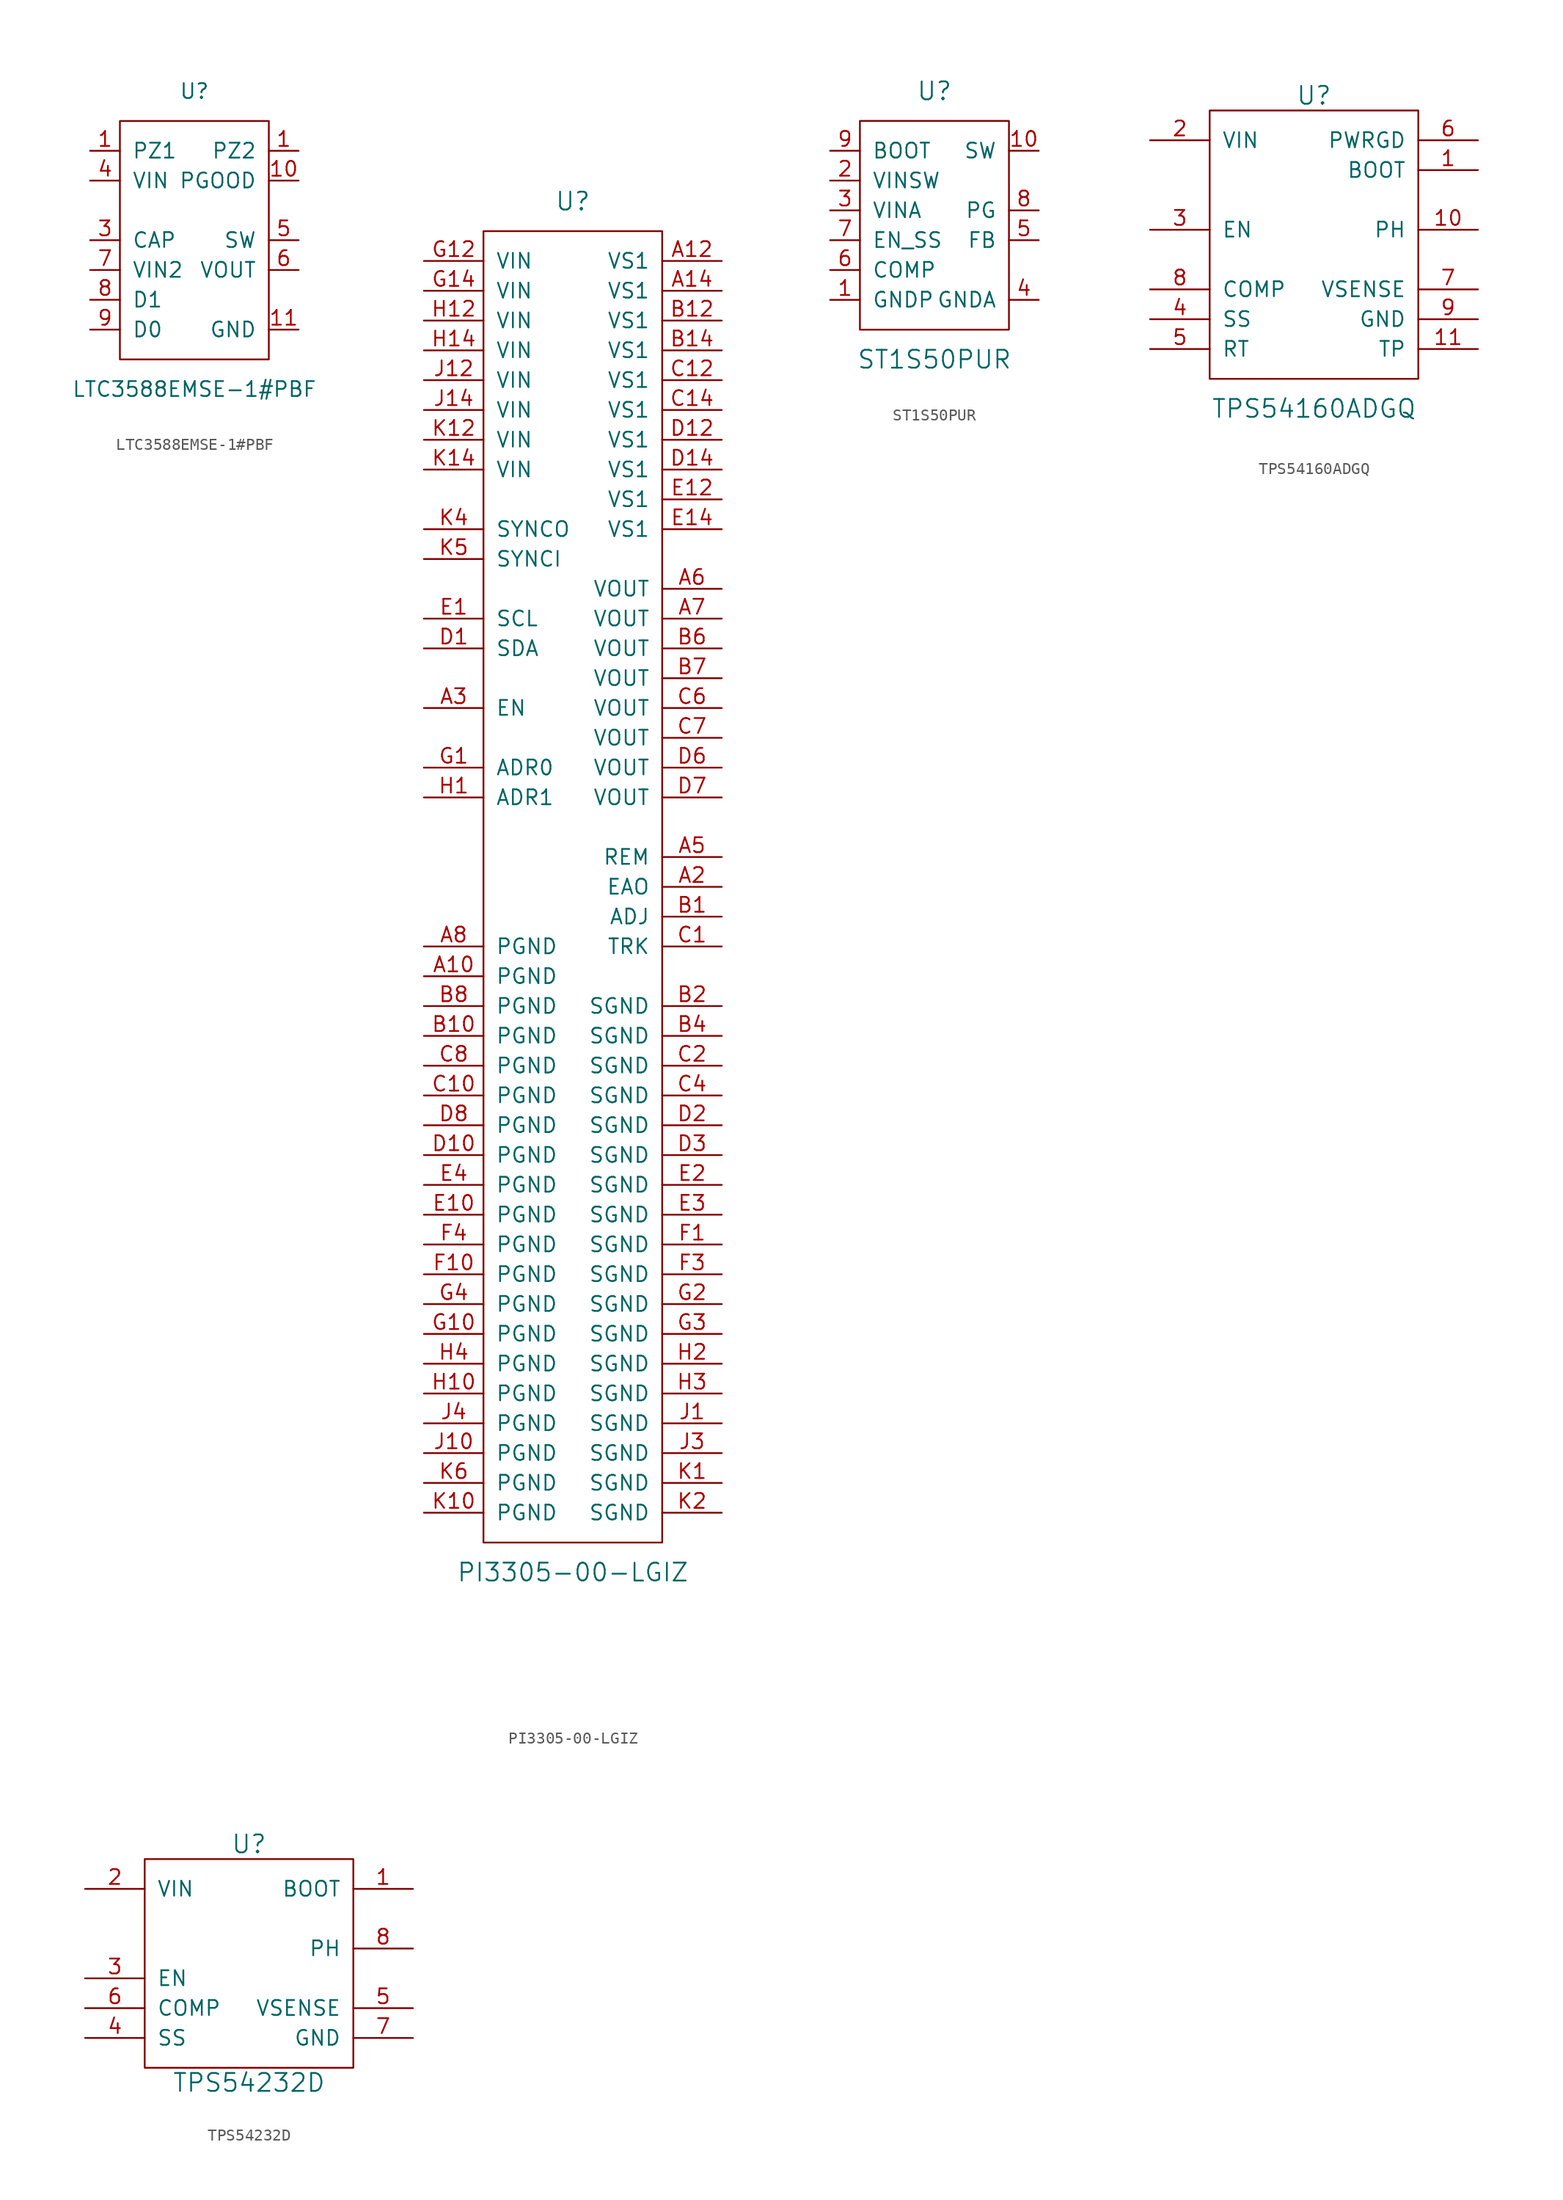
<source format=kicad_sym>
(kicad_symbol_lib
  (version 20201005)
  (generator kicad_symbol_editor)
  (symbol "LTC3588EMSE-1#PBF"
    (pin_names
      (offset 1.016))
    (property "Reference" "U"
      (at 0 12.7 0)
      (effects (font (size 1.27 1.27))))
    (property "Value" "LTC3588EMSE-1#PBF"
      (at 0 -12.7 0)
      (effects (font (size 1.27 1.27))))
    (symbol "LTC3588EMSE-1#PBF_0_1"
      (rectangle (start -6.35 10.16) (end 6.35 -10.16) (stroke (width 0)) (fill (type none))))
    (symbol "LTC3588EMSE-1#PBF_1_1"
      (pin power_in line (at -8.89 7.62 0) (length 2.54) (name "PZ1" (effects (font (size 1.27 1.27)))) (number "1" (effects (font (size 1.27 1.27)))))
      (pin power_in line (at 8.89 7.62 180) (length 2.54) (name "PZ2" (effects (font (size 1.27 1.27)))) (number "1" (effects (font (size 1.27 1.27)))))
      (pin input line (at 8.89 5.08 180) (length 2.54) (name "PGOOD" (effects (font (size 1.27 1.27)))) (number "10" (effects (font (size 1.27 1.27)))))
      (pin power_in line (at 8.89 -7.62 180) (length 2.54) (name "GND" (effects (font (size 1.27 1.27)))) (number "11" (effects (font (size 1.27 1.27)))))
      (pin input line (at -8.89 0 0) (length 2.54) (name "CAP" (effects (font (size 1.27 1.27)))) (number "3" (effects (font (size 1.27 1.27)))))
      (pin power_in line (at -8.89 5.08 0) (length 2.54) (name "VIN" (effects (font (size 1.27 1.27)))) (number "4" (effects (font (size 1.27 1.27)))))
      (pin power_out line (at 8.89 0 180) (length 2.54) (name "SW" (effects (font (size 1.27 1.27)))) (number "5" (effects (font (size 1.27 1.27)))))
      (pin input line (at 8.89 -2.54 180) (length 2.54) (name "VOUT" (effects (font (size 1.27 1.27)))) (number "6" (effects (font (size 1.27 1.27)))))
      (pin output line (at -8.89 -2.54 0) (length 2.54) (name "VIN2" (effects (font (size 1.27 1.27)))) (number "7" (effects (font (size 1.27 1.27)))))
      (pin input line (at -8.89 -5.08 0) (length 2.54) (name "D1" (effects (font (size 1.27 1.27)))) (number "8" (effects (font (size 1.27 1.27)))))
      (pin input line (at -8.89 -7.62 0) (length 2.54) (name "D0" (effects (font (size 1.27 1.27)))) (number "9" (effects (font (size 1.27 1.27)))))))
  (symbol "PI3305-00-LGIZ"
    (pin_names
      (offset 1.016))
    (property "Reference" "U"
      (at 0 58.42 0)
      (effects (font (size 1.524 1.524))))
    (property "Value" "PI3305-00-LGIZ"
      (at 0 -58.42 0)
      (effects (font (size 1.524 1.524))))
    (symbol "PI3305-00-LGIZ_0_1"
      (rectangle (start -7.62 55.88) (end 7.62 -55.88) (stroke (width 0)) (fill (type none))))
    (symbol "PI3305-00-LGIZ_1_1"
      (pin power_in line (at -12.7 -7.62 0) (length 5.08) (name "PGND" (effects (font (size 1.27 1.27)))) (number "A10" (effects (font (size 1.27 1.27)))))
      (pin power_out line (at 12.7 53.34 180) (length 5.08) (name "VS1" (effects (font (size 1.27 1.27)))) (number "A12" (effects (font (size 1.27 1.27)))))
      (pin power_out line (at 12.7 50.8 180) (length 5.08) (name "VS1" (effects (font (size 1.27 1.27)))) (number "A14" (effects (font (size 1.27 1.27)))))
      (pin output line (at 12.7 0 180) (length 5.08) (name "EAO" (effects (font (size 1.27 1.27)))) (number "A2" (effects (font (size 1.27 1.27)))))
      (pin input line (at -12.7 15.24 0) (length 5.08) (name "EN" (effects (font (size 1.27 1.27)))) (number "A3" (effects (font (size 1.27 1.27)))))
      (pin unconnected line (at -12.7 2.54 0) (length 5.08) hide (name "NC" (effects (font (size 1.27 1.27)))) (number "A4" (effects (font (size 1.27 1.27)))))
      (pin input line (at 12.7 2.54 180) (length 5.08) (name "REM" (effects (font (size 1.27 1.27)))) (number "A5" (effects (font (size 1.27 1.27)))))
      (pin power_out line (at 12.7 25.4 180) (length 5.08) (name "VOUT" (effects (font (size 1.27 1.27)))) (number "A6" (effects (font (size 1.27 1.27)))))
      (pin power_out line (at 12.7 22.86 180) (length 5.08) (name "VOUT" (effects (font (size 1.27 1.27)))) (number "A7" (effects (font (size 1.27 1.27)))))
      (pin power_in line (at -12.7 -5.08 0) (length 5.08) (name "PGND" (effects (font (size 1.27 1.27)))) (number "A8" (effects (font (size 1.27 1.27)))))
      (pin input line (at 12.7 -2.54 180) (length 5.08) (name "ADJ" (effects (font (size 1.27 1.27)))) (number "B1" (effects (font (size 1.27 1.27)))))
      (pin power_out line (at -12.7 -12.7 0) (length 5.08) (name "PGND" (effects (font (size 1.27 1.27)))) (number "B10" (effects (font (size 1.27 1.27)))))
      (pin power_out line (at 12.7 48.26 180) (length 5.08) (name "VS1" (effects (font (size 1.27 1.27)))) (number "B12" (effects (font (size 1.27 1.27)))))
      (pin power_out line (at 12.7 45.72 180) (length 5.08) (name "VS1" (effects (font (size 1.27 1.27)))) (number "B14" (effects (font (size 1.27 1.27)))))
      (pin power_in line (at 12.7 -10.16 180) (length 5.08) (name "SGND" (effects (font (size 1.27 1.27)))) (number "B2" (effects (font (size 1.27 1.27)))))
      (pin power_in line (at 12.7 -12.7 180) (length 5.08) (name "SGND" (effects (font (size 1.27 1.27)))) (number "B4" (effects (font (size 1.27 1.27)))))
      (pin power_out line (at 12.7 20.32 180) (length 5.08) (name "VOUT" (effects (font (size 1.27 1.27)))) (number "B6" (effects (font (size 1.27 1.27)))))
      (pin power_out line (at 12.7 17.78 180) (length 5.08) (name "VOUT" (effects (font (size 1.27 1.27)))) (number "B7" (effects (font (size 1.27 1.27)))))
      (pin power_in line (at -12.7 -10.16 0) (length 5.08) (name "PGND" (effects (font (size 1.27 1.27)))) (number "B8" (effects (font (size 1.27 1.27)))))
      (pin input line (at 12.7 -5.08 180) (length 5.08) (name "TRK" (effects (font (size 1.27 1.27)))) (number "C1" (effects (font (size 1.27 1.27)))))
      (pin power_out line (at -12.7 -17.78 0) (length 5.08) (name "PGND" (effects (font (size 1.27 1.27)))) (number "C10" (effects (font (size 1.27 1.27)))))
      (pin power_out line (at 12.7 43.18 180) (length 5.08) (name "VS1" (effects (font (size 1.27 1.27)))) (number "C12" (effects (font (size 1.27 1.27)))))
      (pin power_out line (at 12.7 40.64 180) (length 5.08) (name "VS1" (effects (font (size 1.27 1.27)))) (number "C14" (effects (font (size 1.27 1.27)))))
      (pin power_in line (at 12.7 -15.24 180) (length 5.08) (name "SGND" (effects (font (size 1.27 1.27)))) (number "C2" (effects (font (size 1.27 1.27)))))
      (pin power_in line (at 12.7 -17.78 180) (length 5.08) (name "SGND" (effects (font (size 1.27 1.27)))) (number "C4" (effects (font (size 1.27 1.27)))))
      (pin power_out line (at 12.7 15.24 180) (length 5.08) (name "VOUT" (effects (font (size 1.27 1.27)))) (number "C6" (effects (font (size 1.27 1.27)))))
      (pin power_out line (at 12.7 12.7 180) (length 5.08) (name "VOUT" (effects (font (size 1.27 1.27)))) (number "C7" (effects (font (size 1.27 1.27)))))
      (pin power_in line (at -12.7 -15.24 0) (length 5.08) (name "PGND" (effects (font (size 1.27 1.27)))) (number "C8" (effects (font (size 1.27 1.27)))))
      (pin bidirectional line (at -12.7 20.32 0) (length 5.08) (name "SDA" (effects (font (size 1.27 1.27)))) (number "D1" (effects (font (size 1.27 1.27)))))
      (pin power_in line (at -12.7 -22.86 0) (length 5.08) (name "PGND" (effects (font (size 1.27 1.27)))) (number "D10" (effects (font (size 1.27 1.27)))))
      (pin power_out line (at 12.7 38.1 180) (length 5.08) (name "VS1" (effects (font (size 1.27 1.27)))) (number "D12" (effects (font (size 1.27 1.27)))))
      (pin power_out line (at 12.7 35.56 180) (length 5.08) (name "VS1" (effects (font (size 1.27 1.27)))) (number "D14" (effects (font (size 1.27 1.27)))))
      (pin power_in line (at 12.7 -20.32 180) (length 5.08) (name "SGND" (effects (font (size 1.27 1.27)))) (number "D2" (effects (font (size 1.27 1.27)))))
      (pin power_in line (at 12.7 -22.86 180) (length 5.08) (name "SGND" (effects (font (size 1.27 1.27)))) (number "D3" (effects (font (size 1.27 1.27)))))
      (pin power_out line (at 12.7 10.16 180) (length 5.08) (name "VOUT" (effects (font (size 1.27 1.27)))) (number "D6" (effects (font (size 1.27 1.27)))))
      (pin power_out line (at 12.7 7.62 180) (length 5.08) (name "VOUT" (effects (font (size 1.27 1.27)))) (number "D7" (effects (font (size 1.27 1.27)))))
      (pin power_in line (at -12.7 -20.32 0) (length 5.08) (name "PGND" (effects (font (size 1.27 1.27)))) (number "D8" (effects (font (size 1.27 1.27)))))
      (pin input line (at -12.7 22.86 0) (length 5.08) (name "SCL" (effects (font (size 1.27 1.27)))) (number "E1" (effects (font (size 1.27 1.27)))))
      (pin power_in line (at -12.7 -27.94 0) (length 5.08) (name "PGND" (effects (font (size 1.27 1.27)))) (number "E10" (effects (font (size 1.27 1.27)))))
      (pin power_out line (at 12.7 33.02 180) (length 5.08) (name "VS1" (effects (font (size 1.27 1.27)))) (number "E12" (effects (font (size 1.27 1.27)))))
      (pin power_out line (at 12.7 30.48 180) (length 5.08) (name "VS1" (effects (font (size 1.27 1.27)))) (number "E14" (effects (font (size 1.27 1.27)))))
      (pin power_in line (at 12.7 -25.4 180) (length 5.08) (name "SGND" (effects (font (size 1.27 1.27)))) (number "E2" (effects (font (size 1.27 1.27)))))
      (pin power_in line (at 12.7 -27.94 180) (length 5.08) (name "SGND" (effects (font (size 1.27 1.27)))) (number "E3" (effects (font (size 1.27 1.27)))))
      (pin power_in line (at -12.7 -25.4 0) (length 5.08) (name "PGND" (effects (font (size 1.27 1.27)))) (number "E4" (effects (font (size 1.27 1.27)))))
      (pin power_in line (at 12.7 -30.48 180) (length 5.08) (name "SGND" (effects (font (size 1.27 1.27)))) (number "F1" (effects (font (size 1.27 1.27)))))
      (pin power_in line (at -12.7 -33.02 0) (length 5.08) (name "PGND" (effects (font (size 1.27 1.27)))) (number "F10" (effects (font (size 1.27 1.27)))))
      (pin power_in line (at 12.7 -33.02 180) (length 5.08) (name "SGND" (effects (font (size 1.27 1.27)))) (number "F3" (effects (font (size 1.27 1.27)))))
      (pin power_in line (at -12.7 -30.48 0) (length 5.08) (name "PGND" (effects (font (size 1.27 1.27)))) (number "F4" (effects (font (size 1.27 1.27)))))
      (pin input line (at -12.7 10.16 0) (length 5.08) (name "ADR0" (effects (font (size 1.27 1.27)))) (number "G1" (effects (font (size 1.27 1.27)))))
      (pin power_in line (at -12.7 -38.1 0) (length 5.08) (name "PGND" (effects (font (size 1.27 1.27)))) (number "G10" (effects (font (size 1.27 1.27)))))
      (pin power_in line (at -12.7 53.34 0) (length 5.08) (name "VIN" (effects (font (size 1.27 1.27)))) (number "G12" (effects (font (size 1.27 1.27)))))
      (pin power_in line (at -12.7 50.8 0) (length 5.08) (name "VIN" (effects (font (size 1.27 1.27)))) (number "G14" (effects (font (size 1.27 1.27)))))
      (pin power_in line (at 12.7 -35.56 180) (length 5.08) (name "SGND" (effects (font (size 1.27 1.27)))) (number "G2" (effects (font (size 1.27 1.27)))))
      (pin power_in line (at 12.7 -38.1 180) (length 5.08) (name "SGND" (effects (font (size 1.27 1.27)))) (number "G3" (effects (font (size 1.27 1.27)))))
      (pin power_out line (at -12.7 -35.56 0) (length 5.08) (name "PGND" (effects (font (size 1.27 1.27)))) (number "G4" (effects (font (size 1.27 1.27)))))
      (pin input line (at -12.7 7.62 0) (length 5.08) (name "ADR1" (effects (font (size 1.27 1.27)))) (number "H1" (effects (font (size 1.27 1.27)))))
      (pin power_in line (at -12.7 -43.18 0) (length 5.08) (name "PGND" (effects (font (size 1.27 1.27)))) (number "H10" (effects (font (size 1.27 1.27)))))
      (pin power_in line (at -12.7 48.26 0) (length 5.08) (name "VIN" (effects (font (size 1.27 1.27)))) (number "H12" (effects (font (size 1.27 1.27)))))
      (pin power_in line (at -12.7 45.72 0) (length 5.08) (name "VIN" (effects (font (size 1.27 1.27)))) (number "H14" (effects (font (size 1.27 1.27)))))
      (pin power_in line (at 12.7 -40.64 180) (length 5.08) (name "SGND" (effects (font (size 1.27 1.27)))) (number "H2" (effects (font (size 1.27 1.27)))))
      (pin power_in line (at 12.7 -43.18 180) (length 5.08) (name "SGND" (effects (font (size 1.27 1.27)))) (number "H3" (effects (font (size 1.27 1.27)))))
      (pin power_in line (at -12.7 -40.64 0) (length 5.08) (name "PGND" (effects (font (size 1.27 1.27)))) (number "H4" (effects (font (size 1.27 1.27)))))
      (pin power_in line (at 12.7 -45.72 180) (length 5.08) (name "SGND" (effects (font (size 1.27 1.27)))) (number "J1" (effects (font (size 1.27 1.27)))))
      (pin power_in line (at -12.7 -48.26 0) (length 5.08) (name "PGND" (effects (font (size 1.27 1.27)))) (number "J10" (effects (font (size 1.27 1.27)))))
      (pin power_in line (at -12.7 43.18 0) (length 5.08) (name "VIN" (effects (font (size 1.27 1.27)))) (number "J12" (effects (font (size 1.27 1.27)))))
      (pin power_in line (at -12.7 40.64 0) (length 5.08) (name "VIN" (effects (font (size 1.27 1.27)))) (number "J14" (effects (font (size 1.27 1.27)))))
      (pin power_in line (at 12.7 -48.26 180) (length 5.08) (name "SGND" (effects (font (size 1.27 1.27)))) (number "J3" (effects (font (size 1.27 1.27)))))
      (pin power_in line (at -12.7 -45.72 0) (length 5.08) (name "PGND" (effects (font (size 1.27 1.27)))) (number "J4" (effects (font (size 1.27 1.27)))))
      (pin power_in line (at 12.7 -50.8 180) (length 5.08) (name "SGND" (effects (font (size 1.27 1.27)))) (number "K1" (effects (font (size 1.27 1.27)))))
      (pin power_in line (at -12.7 -53.34 0) (length 5.08) (name "PGND" (effects (font (size 1.27 1.27)))) (number "K10" (effects (font (size 1.27 1.27)))))
      (pin power_in line (at -12.7 38.1 0) (length 5.08) (name "VIN" (effects (font (size 1.27 1.27)))) (number "K12" (effects (font (size 1.27 1.27)))))
      (pin power_in line (at -12.7 35.56 0) (length 5.08) (name "VIN" (effects (font (size 1.27 1.27)))) (number "K14" (effects (font (size 1.27 1.27)))))
      (pin power_in line (at 12.7 -53.34 180) (length 5.08) (name "SGND" (effects (font (size 1.27 1.27)))) (number "K2" (effects (font (size 1.27 1.27)))))
      (pin output line (at -12.7 30.48 0) (length 5.08) (name "SYNCO" (effects (font (size 1.27 1.27)))) (number "K4" (effects (font (size 1.27 1.27)))))
      (pin input line (at -12.7 27.94 0) (length 5.08) (name "SYNCI" (effects (font (size 1.27 1.27)))) (number "K5" (effects (font (size 1.27 1.27)))))
      (pin power_in line (at -12.7 -50.8 0) (length 5.08) (name "PGND" (effects (font (size 1.27 1.27)))) (number "K6" (effects (font (size 1.27 1.27)))))))
  (symbol "ST1S50PUR"
    (pin_names
      (offset 1.016))
    (property "Reference" "U"
      (at 0 11.43 0)
      (effects (font (size 1.524 1.524))))
    (property "Value" "ST1S50PUR"
      (at 0 -11.43 0)
      (effects (font (size 1.524 1.524))))
    (symbol "ST1S50PUR_0_1"
      (rectangle (start -6.35 8.89) (end 6.35 -8.89) (stroke (width 0)) (fill (type none))))
    (symbol "ST1S50PUR_1_1"
      (pin power_in line (at -8.89 -6.35 0) (length 2.54) (name "GNDP" (effects (font (size 1.27 1.27)))) (number "1" (effects (font (size 1.27 1.27)))))
      (pin power_out line (at 8.89 6.35 180) (length 2.54) (name "SW" (effects (font (size 1.27 1.27)))) (number "10" (effects (font (size 1.27 1.27)))))
      (pin power_in line (at -8.89 -6.35 0) (length 2.54) hide (name "~" (effects (font (size 1.27 1.27)))) (number "11" (effects (font (size 1.27 1.27)))))
      (pin power_in line (at -8.89 3.81 0) (length 2.54) (name "VINSW" (effects (font (size 1.27 1.27)))) (number "2" (effects (font (size 1.27 1.27)))))
      (pin input line (at -8.89 1.27 0) (length 2.54) (name "VINA" (effects (font (size 1.27 1.27)))) (number "3" (effects (font (size 1.27 1.27)))))
      (pin passive line (at 8.89 -6.35 180) (length 2.54) (name "GNDA" (effects (font (size 1.27 1.27)))) (number "4" (effects (font (size 1.27 1.27)))))
      (pin input line (at 8.89 -1.27 180) (length 2.54) (name "FB" (effects (font (size 1.27 1.27)))) (number "5" (effects (font (size 1.27 1.27)))))
      (pin input line (at -8.89 -3.81 0) (length 2.54) (name "COMP" (effects (font (size 1.27 1.27)))) (number "6" (effects (font (size 1.27 1.27)))))
      (pin passive line (at -8.89 -1.27 0) (length 2.54) (name "EN_SS" (effects (font (size 1.27 1.27)))) (number "7" (effects (font (size 1.27 1.27)))))
      (pin open_collector line (at 8.89 1.27 180) (length 2.54) (name "PG" (effects (font (size 1.27 1.27)))) (number "8" (effects (font (size 1.27 1.27)))))
      (pin passive line (at -8.89 6.35 0) (length 2.54) (name "BOOT" (effects (font (size 1.27 1.27)))) (number "9" (effects (font (size 1.27 1.27)))))))
  (symbol "TPS54160ADGQ"
    (pin_names
      (offset 1.016))
    (property "Reference" "U"
      (at 0 11.43 0)
      (effects (font (size 1.524 1.524))))
    (property "Value" "TPS54160ADGQ"
      (at 0 -15.24 0)
      (effects (font (size 1.524 1.524))))
    (symbol "TPS54160ADGQ_0_1"
      (rectangle (start -8.89 10.16) (end 8.89 -12.7) (stroke (width 0)) (fill (type none))))
    (symbol "TPS54160ADGQ_1_1"
      (pin output line (at 13.97 5.08 180) (length 5.08) (name "BOOT" (effects (font (size 1.27 1.27)))) (number "1" (effects (font (size 1.27 1.27)))))
      (pin power_out line (at 13.97 0 180) (length 5.08) (name "PH" (effects (font (size 1.27 1.27)))) (number "10" (effects (font (size 1.27 1.27)))))
      (pin output line (at 13.97 -10.16 180) (length 5.08) (name "TP" (effects (font (size 1.27 1.27)))) (number "11" (effects (font (size 1.27 1.27)))))
      (pin power_in line (at -13.97 7.62 0) (length 5.08) (name "VIN" (effects (font (size 1.27 1.27)))) (number "2" (effects (font (size 1.27 1.27)))))
      (pin input line (at -13.97 0 0) (length 5.08) (name "EN" (effects (font (size 1.27 1.27)))) (number "3" (effects (font (size 1.27 1.27)))))
      (pin input line (at -13.97 -7.62 0) (length 5.08) (name "SS" (effects (font (size 1.27 1.27)))) (number "4" (effects (font (size 1.27 1.27)))))
      (pin input line (at -13.97 -10.16 0) (length 5.08) (name "RT" (effects (font (size 1.27 1.27)))) (number "5" (effects (font (size 1.27 1.27)))))
      (pin open_collector line (at 13.97 7.62 180) (length 5.08) (name "PWRGD" (effects (font (size 1.27 1.27)))) (number "6" (effects (font (size 1.27 1.27)))))
      (pin input line (at 13.97 -5.08 180) (length 5.08) (name "VSENSE" (effects (font (size 1.27 1.27)))) (number "7" (effects (font (size 1.27 1.27)))))
      (pin output line (at -13.97 -5.08 0) (length 5.08) (name "COMP" (effects (font (size 1.27 1.27)))) (number "8" (effects (font (size 1.27 1.27)))))
      (pin power_in line (at 13.97 -7.62 180) (length 5.08) (name "GND" (effects (font (size 1.27 1.27)))) (number "9" (effects (font (size 1.27 1.27)))))))
  (symbol "TPS54232D"
    (pin_names
      (offset 1.016))
    (property "Reference" "U"
      (at 0 8.89 0)
      (effects (font (size 1.524 1.524))))
    (property "Value" "TPS54232D"
      (at 0 -11.43 0)
      (effects (font (size 1.524 1.524))))
    (symbol "TPS54232D_0_1"
      (rectangle (start -8.89 7.62) (end 8.89 -10.16) (stroke (width 0)) (fill (type none))))
    (symbol "TPS54232D_1_1"
      (pin output line (at 13.97 5.08 180) (length 5.08) (name "BOOT" (effects (font (size 1.27 1.27)))) (number "1" (effects (font (size 1.27 1.27)))))
      (pin power_in line (at -13.97 5.08 0) (length 5.08) (name "VIN" (effects (font (size 1.27 1.27)))) (number "2" (effects (font (size 1.27 1.27)))))
      (pin input line (at -13.97 -2.54 0) (length 5.08) (name "EN" (effects (font (size 1.27 1.27)))) (number "3" (effects (font (size 1.27 1.27)))))
      (pin input line (at -13.97 -7.62 0) (length 5.08) (name "SS" (effects (font (size 1.27 1.27)))) (number "4" (effects (font (size 1.27 1.27)))))
      (pin input line (at 13.97 -5.08 180) (length 5.08) (name "VSENSE" (effects (font (size 1.27 1.27)))) (number "5" (effects (font (size 1.27 1.27)))))
      (pin output line (at -13.97 -5.08 0) (length 5.08) (name "COMP" (effects (font (size 1.27 1.27)))) (number "6" (effects (font (size 1.27 1.27)))))
      (pin power_in line (at 13.97 -7.62 180) (length 5.08) (name "GND" (effects (font (size 1.27 1.27)))) (number "7" (effects (font (size 1.27 1.27)))))
      (pin power_out line (at 13.97 0 180) (length 5.08) (name "PH" (effects (font (size 1.27 1.27)))) (number "8" (effects (font (size 1.27 1.27))))))))
</source>
